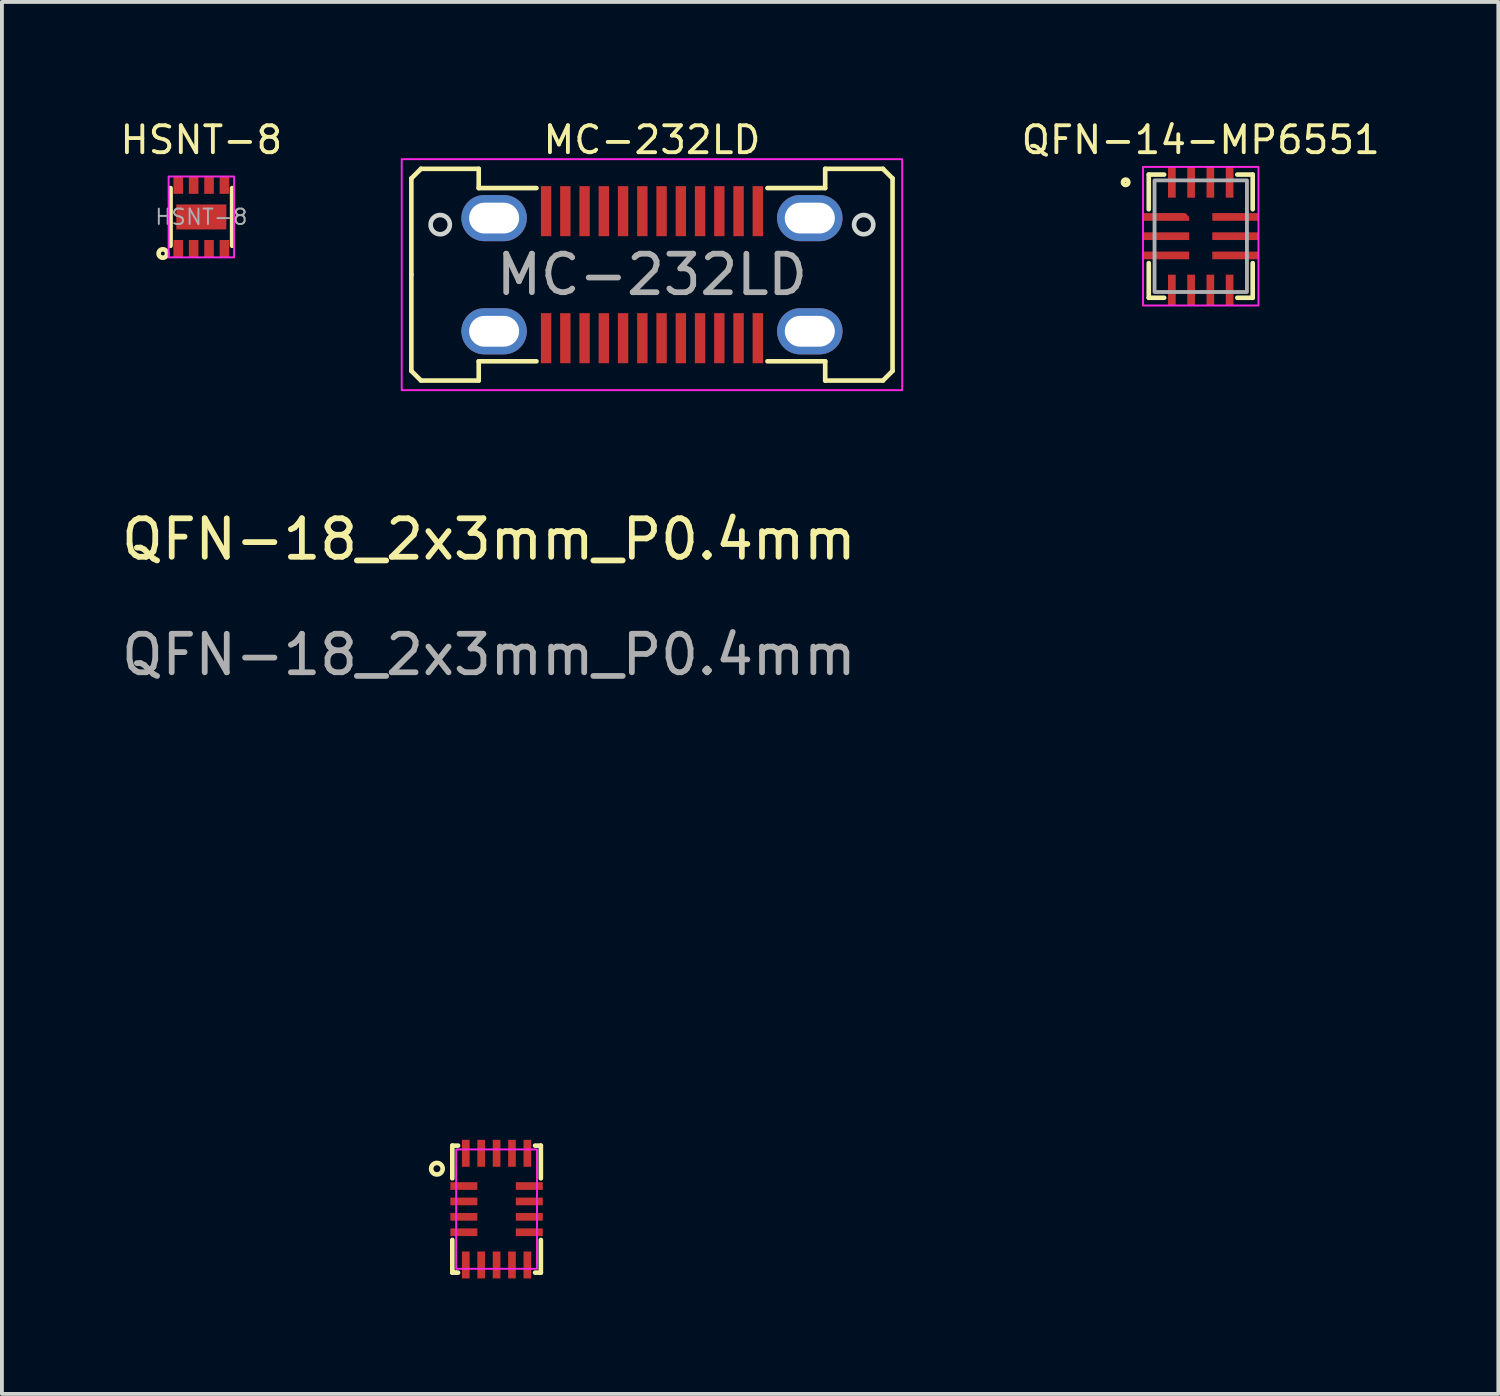
<source format=kicad_pcb>
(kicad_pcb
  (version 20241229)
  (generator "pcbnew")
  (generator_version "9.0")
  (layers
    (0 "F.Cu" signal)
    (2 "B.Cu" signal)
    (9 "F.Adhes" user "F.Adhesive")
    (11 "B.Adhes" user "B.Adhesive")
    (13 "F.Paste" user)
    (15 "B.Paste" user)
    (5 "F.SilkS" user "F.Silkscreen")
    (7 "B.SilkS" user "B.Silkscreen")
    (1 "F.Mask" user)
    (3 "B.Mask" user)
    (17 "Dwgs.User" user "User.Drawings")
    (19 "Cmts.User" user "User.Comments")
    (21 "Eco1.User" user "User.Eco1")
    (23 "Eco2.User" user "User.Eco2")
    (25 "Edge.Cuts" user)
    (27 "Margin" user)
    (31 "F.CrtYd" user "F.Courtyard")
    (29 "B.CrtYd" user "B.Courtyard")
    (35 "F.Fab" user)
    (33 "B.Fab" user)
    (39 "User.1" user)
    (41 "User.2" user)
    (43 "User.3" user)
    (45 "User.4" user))
  (footprint "QFN-18_2x3mm_P0.4mm"
    (layer "F.Cu")
    (at 9.849 28.358)
    (property "Reference" "QFN-18_2x3mm_P0.4mm" (at -0.2 -17.4 0) (unlocked yes) (layer "F.SilkS") (effects (font (size 1 1) (thickness 0.15))))
    (attr smd)
    (fp_line (start -1.15 -1.65) (end -1 -1.65) (stroke (width 0.12) (type solid)) (layer "F.SilkS"))
    (fp_line (start -1.15 -0.8) (end -1.15 -1.65) (stroke (width 0.12) (type solid)) (layer "F.SilkS"))
    (fp_line (start -1.15 0.8) (end -1.15 1.6) (stroke (width 0.12) (type solid)) (layer "F.SilkS"))
    (fp_line (start -1.15 1.6) (end -1.15 1.65) (stroke (width 0.12) (type solid)) (layer "F.SilkS"))
    (fp_line (start -1.15 1.65) (end -1.05 1.65) (stroke (width 0.12) (type solid)) (layer "F.SilkS"))
    (fp_line (start -1.05 1.65) (end -1 1.65) (stroke (width 0.12) (type solid)) (layer "F.SilkS"))
    (fp_line (start 1.15 -1.65) (end 1 -1.65) (stroke (width 0.12) (type solid)) (layer "F.SilkS"))
    (fp_line (start 1.15 -0.8) (end 1.15 -1.65) (stroke (width 0.12) (type solid)) (layer "F.SilkS"))
    (fp_line (start 1.15 0.8) (end 1.15 1.65) (stroke (width 0.12) (type solid)) (layer "F.SilkS"))
    (fp_line (start 1.15 1.65) (end 1 1.65) (stroke (width 0.12) (type solid)) (layer "F.SilkS"))
    (fp_circle (center -1.55 -1.05) (end -1.4 -1.05) (stroke (width 0.12) (type solid)) (fill no) (layer "F.SilkS"))
    (fp_rect (start -1.05 -1.55) (end 1.05 1.55) (stroke (width 0.05) (type solid)) (fill no) (layer "F.CrtYd"))
    (fp_text user "${REFERENCE}" (at -0.2 -14.4 0) (unlocked yes) (layer "F.Fab") (effects (font (size 1 1) (thickness 0.15))))
    (pad "1" smd rect (at -0.85 -0.6 90) (size 0.2 0.7) (layers "F.Cu" "F.Mask" "F.Paste"))
    (pad "2" smd rect (at -0.85 -0.2 90) (size 0.2 0.7) (layers "F.Cu" "F.Mask" "F.Paste"))
    (pad "3" smd rect (at -0.85 0.2 90) (size 0.2 0.7) (layers "F.Cu" "F.Mask" "F.Paste"))
    (pad "4" smd rect (at -0.85 0.6 90) (size 0.2 0.7) (layers "F.Cu" "F.Mask" "F.Paste"))
    (pad "5" smd rect (at -0.8 1.45 180) (size 0.2 0.7) (layers "F.Cu" "F.Mask" "F.Paste"))
    (pad "6" smd rect (at -0.4 1.45 180) (size 0.2 0.7) (layers "F.Cu" "F.Mask" "F.Paste"))
    (pad "7" smd rect (at 0 1.45 180) (size 0.2 0.7) (layers "F.Cu" "F.Mask" "F.Paste"))
    (pad "8" smd rect (at 0.4 1.45 180) (size 0.2 0.7) (layers "F.Cu" "F.Mask" "F.Paste"))
    (pad "9" smd rect (at 0.8 1.45 180) (size 0.2 0.7) (layers "F.Cu" "F.Mask" "F.Paste"))
    (pad "10" smd rect (at 0.85 0.6 270) (size 0.2 0.7) (layers "F.Cu" "F.Mask" "F.Paste"))
    (pad "11" smd rect (at 0.85 0.2 270) (size 0.2 0.7) (layers "F.Cu" "F.Mask" "F.Paste"))
    (pad "12" smd rect (at 0.85 -0.2 270) (size 0.2 0.7) (layers "F.Cu" "F.Mask" "F.Paste"))
    (pad "13" smd rect (at 0.85 -0.6 270) (size 0.2 0.7) (layers "F.Cu" "F.Mask" "F.Paste"))
    (pad "14" smd rect (at 0.8 -1.45) (size 0.2 0.7) (layers "F.Cu" "F.Mask" "F.Paste"))
    (pad "15" smd rect (at 0.4 -1.45) (size 0.2 0.7) (layers "F.Cu" "F.Mask" "F.Paste"))
    (pad "16" smd rect (at 0 -1.45) (size 0.2 0.7) (layers "F.Cu" "F.Mask" "F.Paste"))
    (pad "17" smd rect (at -0.4 -1.45) (size 0.2 0.7) (layers "F.Cu" "F.Mask" "F.Paste"))
    (pad "18" smd rect (at -0.8 -1.45) (size 0.2 0.7) (layers "F.Cu" "F.Mask" "F.Paste")))
  (footprint "QFN-14-MP6551"
    (layer "F.Cu")
    (at 28.14 3.085)
    (property "Reference" "QFN-14-MP6551" (at 0 -2.5 0) (unlocked yes) (layer "F.SilkS") (effects (font (size 0.7 0.7) (thickness 0.1))))
    (attr smd)
    (fp_line (start -1.35 -1.6) (end -0.95 -1.6) (stroke (width 0.12) (type solid)) (layer "F.SilkS"))
    (fp_line (start -1.35 -0.7) (end -1.35 -1.6) (stroke (width 0.12) (type solid)) (layer "F.SilkS"))
    (fp_line (start -1.35 1.6) (end -1.35 0.7) (stroke (width 0.12) (type solid)) (layer "F.SilkS"))
    (fp_line (start -0.95 1.6) (end -1.35 1.6) (stroke (width 0.12) (type solid)) (layer "F.SilkS"))
    (fp_line (start 0.95 -1.6) (end 1.35 -1.6) (stroke (width 0.12) (type solid)) (layer "F.SilkS"))
    (fp_line (start 1.35 -1.6) (end 1.35 -0.7) (stroke (width 0.12) (type solid)) (layer "F.SilkS"))
    (fp_line (start 1.35 0.7) (end 1.35 1.6) (stroke (width 0.12) (type solid)) (layer "F.SilkS"))
    (fp_line (start 1.35 1.6) (end 0.95 1.6) (stroke (width 0.12) (type solid)) (layer "F.SilkS"))
    (fp_circle (center -1.95 -1.4) (end -1.9 -1.35) (stroke (width 0.12) (type solid)) (fill no) (layer "F.SilkS"))
    (fp_rect (start -1.5 -1.8) (end 1.5 1.8) (stroke (width 0.05) (type solid)) (fill no) (layer "F.CrtYd"))
    (fp_rect (start -1.2 -1.45) (end 1.2 1.45) (stroke (width 0.1) (type solid)) (fill no) (layer "F.Fab"))
    (pad "1" smd roundrect (at -0.9 -0.5) (size 1.2 0.2) (layers "F.Cu" "F.Mask" "F.Paste") (roundrect_rratio 0) (chamfer_ratio 0.5) (chamfer top_right))
    (pad "2" smd rect (at -0.9 0) (size 1.2 0.2) (layers "F.Cu" "F.Mask" "F.Paste"))
    (pad "3" smd rect (at -0.9 0.5) (size 1.2 0.2) (layers "F.Cu" "F.Mask" "F.Paste"))
    (pad "4" smd rect (at -0.75 1.4 90) (size 0.8 0.2) (layers "F.Cu" "F.Mask" "F.Paste"))
    (pad "5" smd rect (at -0.25 1.4 90) (size 0.8 0.2) (layers "F.Cu" "F.Mask" "F.Paste"))
    (pad "6" smd rect (at 0.25 1.4 90) (size 0.8 0.2) (layers "F.Cu" "F.Mask" "F.Paste"))
    (pad "7" smd rect (at 0.75 1.4 90) (size 0.8 0.2) (layers "F.Cu" "F.Mask" "F.Paste"))
    (pad "8" smd rect (at 0.9 0.5 180) (size 1.2 0.2) (layers "F.Cu" "F.Mask" "F.Paste"))
    (pad "9" smd rect (at 0.9 0 180) (size 1.2 0.2) (layers "F.Cu" "F.Mask" "F.Paste"))
    (pad "10" smd rect (at 0.9 -0.5 180) (size 1.2 0.2) (layers "F.Cu" "F.Mask" "F.Paste"))
    (pad "11" smd rect (at 0.75 -1.4 270) (size 0.8 0.2) (layers "F.Cu" "F.Mask" "F.Paste"))
    (pad "12" smd rect (at 0.25 -1.4 270) (size 0.8 0.2) (layers "F.Cu" "F.Mask" "F.Paste"))
    (pad "13" smd rect (at -0.25 -1.4 270) (size 0.8 0.2) (layers "F.Cu" "F.Mask" "F.Paste"))
    (pad "14" smd rect (at -0.75 -1.4 270) (size 0.8 0.2) (layers "F.Cu" "F.Mask" "F.Paste")))
  (footprint "HSNT-8"
    (layer "F.Cu")
    (at 2.18 2.585)
    (property "Reference" "HSNT-8" (at 0 -2 0) (unlocked yes) (layer "F.SilkS") (effects (font (size 0.7 0.7) (thickness 0.1))))
    (attr smd)
    (fp_rect (start -0.41 -0.2) (end 0.41 0.2) (stroke (width 0) (type solid)) (fill yes) (layer "F.Mask"))
    (fp_line (start -0.8 0.75) (end -0.8 -0.75) (stroke (width 0.12) (type solid)) (layer "F.SilkS"))
    (fp_line (start 0.8 0.75) (end 0.8 -0.75) (stroke (width 0.12) (type solid)) (layer "F.SilkS"))
    (fp_circle (center -1 0.95) (end -1 1) (stroke (width 0.12) (type solid)) (fill no) (layer "F.SilkS"))
    (fp_rect (start -0.41 -0.2) (end 0.41 0.2) (stroke (width 0) (type solid)) (fill yes) (layer "F.Paste"))
    (fp_rect (start -0.85 -1.05) (end 0.85 1.05) (stroke (width 0.05) (type solid)) (fill no) (layer "F.CrtYd"))
    (fp_text user "${REFERENCE}" (at 0 0 0) (unlocked yes) (layer "F.Fab") (effects (font (size 0.4 0.4) (thickness 0.05))))
    (pad "1" smd rect (at -0.6 0.825) (size 0.25 0.45) (layers "F.Cu" "F.Mask" "F.Paste"))
    (pad "2" smd rect (at -0.2 0.825) (size 0.25 0.45) (layers "F.Cu" "F.Mask" "F.Paste"))
    (pad "3" smd rect (at 0.2 0.825) (size 0.25 0.45) (layers "F.Cu" "F.Mask" "F.Paste"))
    (pad "4" smd rect (at 0.6 0.825) (size 0.25 0.45) (layers "F.Cu" "F.Mask" "F.Paste"))
    (pad "5" smd rect (at 0.6 -0.825) (size 0.25 0.45) (layers "F.Cu" "F.Mask" "F.Paste"))
    (pad "6" smd rect (at 0.2 -0.825) (size 0.25 0.45) (layers "F.Cu" "F.Mask" "F.Paste"))
    (pad "7" smd rect (at -0.2 -0.825) (size 0.25 0.45) (layers "F.Cu" "F.Mask" "F.Paste"))
    (pad "8" smd rect (at -0.6 -0.825) (size 0.25 0.45) (layers "F.Cu" "F.Mask" "F.Paste"))
    (pad "9" smd rect (at 0 0) (size 1.3 0.65) (layers "F.Cu")))
  (footprint "MC-232LD"
    (layer "F.Cu")
    (at 13.885 4.085)
    (property "Reference" "MC-232LD" (at 0 -3.5 0) (unlocked yes) (layer "F.SilkS") (effects (font (size 0.7 0.7) (thickness 0.1))))
    (attr smd)
    (fp_line (start -6.25 -2.5) (end -6 -2.75) (stroke (width 0.12) (type default)) (layer "F.SilkS"))
    (fp_line (start -6.25 0) (end -6.25 -2.5) (stroke (width 0.12) (type default)) (layer "F.SilkS"))
    (fp_line (start -6.25 2.5) (end -6.25 0) (stroke (width 0.12) (type default)) (layer "F.SilkS"))
    (fp_line (start -6 -2.75) (end -4.5 -2.75) (stroke (width 0.12) (type default)) (layer "F.SilkS"))
    (fp_line (start -6 2.75) (end -6.25 2.5) (stroke (width 0.12) (type default)) (layer "F.SilkS"))
    (fp_line (start -4.5 -2.75) (end -4.5 -2.25) (stroke (width 0.12) (type default)) (layer "F.SilkS"))
    (fp_line (start -4.5 -2.25) (end -3 -2.25) (stroke (width 0.12) (type default)) (layer "F.SilkS"))
    (fp_line (start -4.5 2.25) (end -4.5 2.75) (stroke (width 0.12) (type default)) (layer "F.SilkS"))
    (fp_line (start -4.5 2.25) (end -3 2.25) (stroke (width 0.12) (type default)) (layer "F.SilkS"))
    (fp_line (start -4.5 2.75) (end -6 2.75) (stroke (width 0.12) (type default)) (layer "F.SilkS"))
    (fp_line (start 4.5 -2.75) (end 6 -2.75) (stroke (width 0.12) (type default)) (layer "F.SilkS"))
    (fp_line (start 4.5 -2.25) (end 3 -2.25) (stroke (width 0.12) (type default)) (layer "F.SilkS"))
    (fp_line (start 4.5 -2.25) (end 4.5 -2.75) (stroke (width 0.12) (type default)) (layer "F.SilkS"))
    (fp_line (start 4.5 2.25) (end 3 2.25) (stroke (width 0.12) (type default)) (layer "F.SilkS"))
    (fp_line (start 4.5 2.75) (end 4.5 2.25) (stroke (width 0.12) (type default)) (layer "F.SilkS"))
    (fp_line (start 6 -2.75) (end 6.25 -2.5) (stroke (width 0.12) (type default)) (layer "F.SilkS"))
    (fp_line (start 6 2.75) (end 4.5 2.75) (stroke (width 0.12) (type default)) (layer "F.SilkS"))
    (fp_line (start 6.25 -2.5) (end 6.25 2.5) (stroke (width 0.12) (type default)) (layer "F.SilkS"))
    (fp_line (start 6.25 2.5) (end 6 2.75) (stroke (width 0.12) (type default)) (layer "F.SilkS"))
    (fp_circle (center -5.5 -1.3) (end -5.25 -1.3) (stroke (width 0.12) (type default)) (fill no) (layer "Edge.Cuts"))
    (fp_circle (center 5.5 -1.3) (end 5.75 -1.3) (stroke (width 0.12) (type default)) (fill no) (layer "Edge.Cuts"))
    (fp_rect (start -6.5 -3) (end 6.5 3) (stroke (width 0.05) (type default)) (fill no) (layer "F.CrtYd"))
    (fp_text user "${REFERENCE}" (at 0 0 0) (unlocked yes) (layer "F.Fab") (effects (font (size 1 1) (thickness 0.15))))
    (pad "A1" smd rect (at 2.75 1.65) (size 0.27 1.3) (layers "F.Cu" "F.Mask" "F.Paste"))
    (pad "A2" smd rect (at 2.25 1.65) (size 0.27 1.3) (layers "F.Cu" "F.Mask" "F.Paste"))
    (pad "A3" smd rect (at 1.75 1.65) (size 0.27 1.3) (layers "F.Cu" "F.Mask" "F.Paste"))
    (pad "A4" smd rect (at 1.25 1.65) (size 0.27 1.3) (layers "F.Cu" "F.Mask" "F.Paste"))
    (pad "A5" smd rect (at 0.75 1.65) (size 0.27 1.3) (layers "F.Cu" "F.Mask" "F.Paste"))
    (pad "A6" smd rect (at 0.25 1.65) (size 0.27 1.3) (layers "F.Cu" "F.Mask" "F.Paste"))
    (pad "A7" smd rect (at -0.25 1.65) (size 0.27 1.3) (layers "F.Cu" "F.Mask" "F.Paste"))
    (pad "A8" smd rect (at -0.75 1.65) (size 0.27 1.3) (layers "F.Cu" "F.Mask" "F.Paste"))
    (pad "A9" smd rect (at -1.25 1.65) (size 0.27 1.3) (layers "F.Cu" "F.Mask" "F.Paste"))
    (pad "A10" smd rect (at -1.75 1.65) (size 0.27 1.3) (layers "F.Cu" "F.Mask" "F.Paste"))
    (pad "A11" smd rect (at -2.25 1.65) (size 0.27 1.3) (layers "F.Cu" "F.Mask" "F.Paste"))
    (pad "A12" smd rect (at -2.75 1.65) (size 0.27 1.3) (layers "F.Cu" "F.Mask" "F.Paste"))
    (pad "B1" smd rect (at -2.75 -1.65) (size 0.27 1.3) (layers "F.Cu" "F.Mask" "F.Paste"))
    (pad "B2" smd rect (at -2.25 -1.65) (size 0.27 1.3) (layers "F.Cu" "F.Mask" "F.Paste"))
    (pad "B3" smd rect (at -1.75 -1.65) (size 0.27 1.3) (layers "F.Cu" "F.Mask" "F.Paste"))
    (pad "B4" smd rect (at -1.25 -1.65) (size 0.27 1.3) (layers "F.Cu" "F.Mask" "F.Paste"))
    (pad "B5" smd rect (at -0.75 -1.65) (size 0.27 1.3) (layers "F.Cu" "F.Mask" "F.Paste"))
    (pad "B6" smd rect (at -0.25 -1.65) (size 0.27 1.3) (layers "F.Cu" "F.Mask" "F.Paste"))
    (pad "B7" smd rect (at 0.25 -1.65) (size 0.27 1.3) (layers "F.Cu" "F.Mask" "F.Paste"))
    (pad "B8" smd rect (at 0.75 -1.65) (size 0.27 1.3) (layers "F.Cu" "F.Mask" "F.Paste"))
    (pad "B9" smd rect (at 1.25 -1.65) (size 0.27 1.3) (layers "F.Cu" "F.Mask" "F.Paste"))
    (pad "B10" smd rect (at 1.75 -1.65) (size 0.27 1.3) (layers "F.Cu" "F.Mask" "F.Paste"))
    (pad "B11" smd rect (at 2.25 -1.65) (size 0.27 1.3) (layers "F.Cu" "F.Mask" "F.Paste"))
    (pad "B12" smd rect (at 2.75 -1.65) (size 0.27 1.3) (layers "F.Cu" "F.Mask" "F.Paste"))
    (pad "S1" thru_hole oval (at -4.1 -1.47) (size 1.7 1.2) (drill oval 1.3 0.8) (layers "*.Cu" "*.Mask"))
    (pad "S1" thru_hole oval (at -4.1 1.47) (size 1.7 1.2) (drill oval 1.3 0.8) (layers "*.Cu" "*.Mask"))
    (pad "S1" thru_hole oval (at 4.1 -1.47) (size 1.7 1.2) (drill oval 1.3 0.8) (layers "*.Cu" "*.Mask"))
    (pad "S1" thru_hole oval (at 4.1 1.47) (size 1.7 1.2) (drill oval 1.3 0.8) (layers "*.Cu" "*.Mask")))
  (gr_rect
    (start -3 -3)
    (end 35.87 33.158)
    (stroke (width 0.1) (type default))
    (fill no)
    (layer "Edge.Cuts")))
</source>
